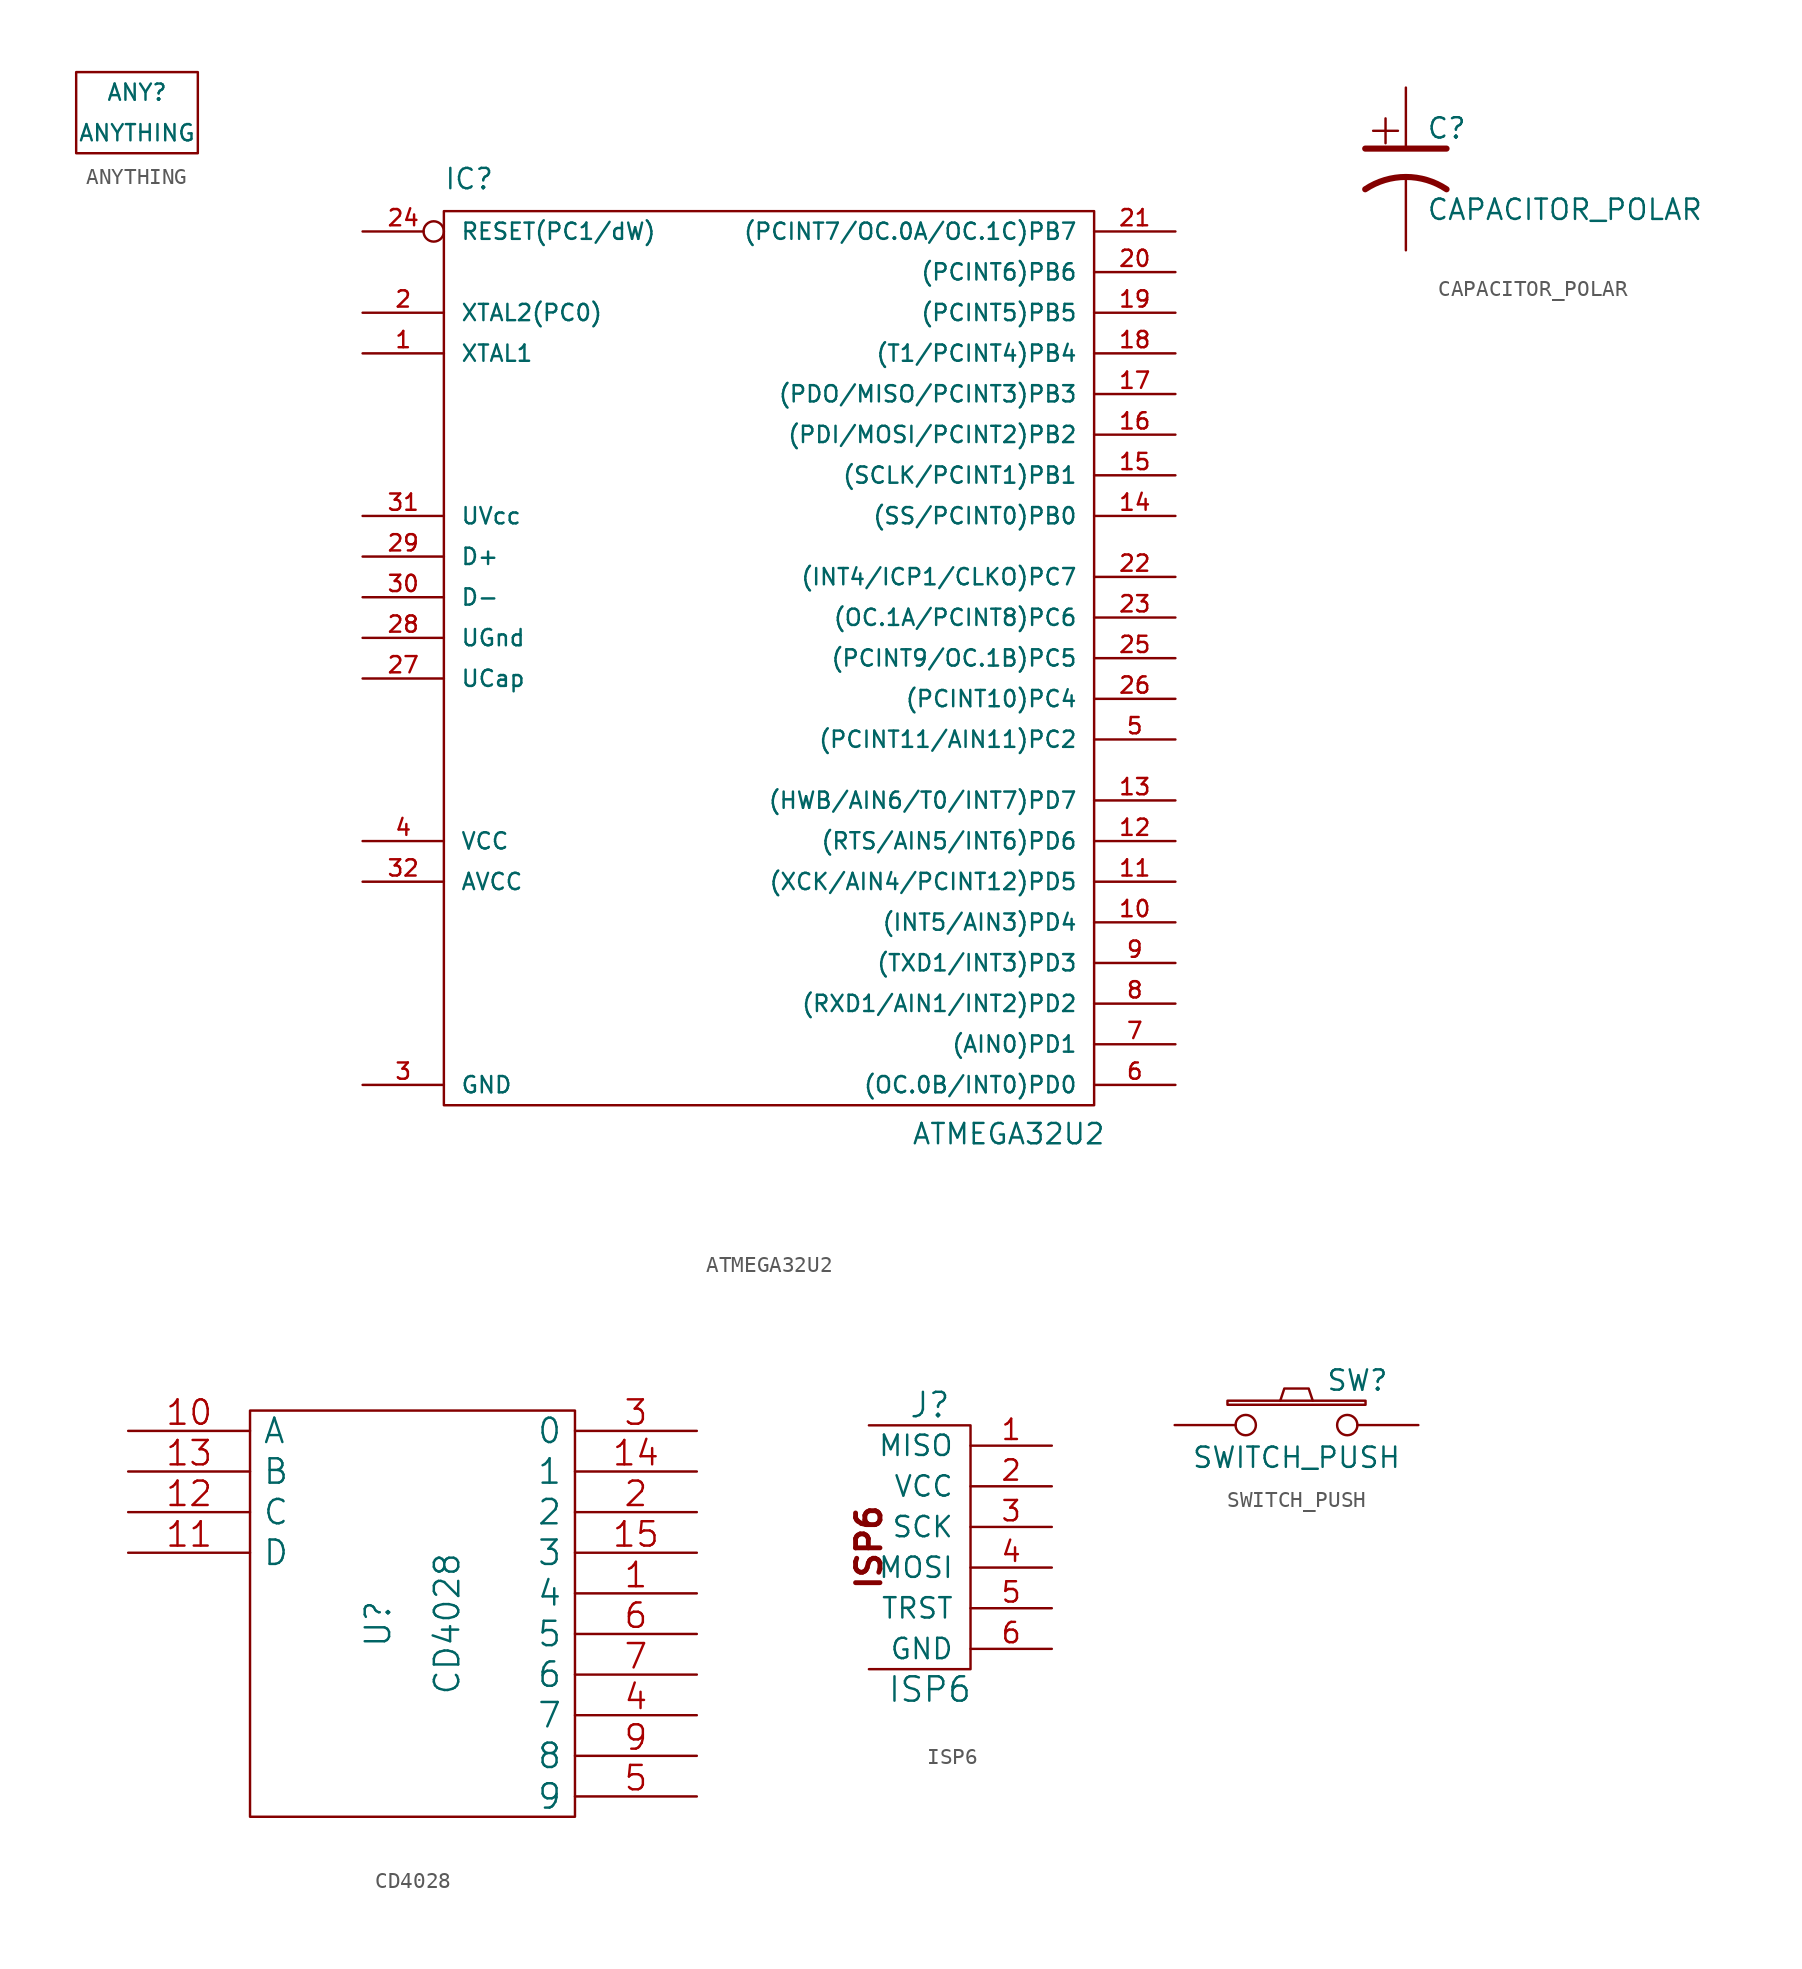
<source format=kicad_sym>
(kicad_symbol_lib
  (version 20211014)
  (generator kicad_symbol_editor)
  (symbol "ANYTHING"
    (pin_numbers hide)
    (pin_names
      (offset 1.016) hide)
    (property "Reference" "ANY"
      (at 0 1.27 0)
      (effects (font (size 1.016 1.016))))
    (property "Value" "ANYTHING"
      (at 0 -1.27 0)
      (effects (font (size 1.016 1.016))))
    (symbol "ANYTHING_0_1"
      (rectangle (start -3.81 2.54) (end 3.81 -2.54) (stroke (width 0) (type default) (color 0 0 0 0)) (fill (type none))))
    (symbol "ANYTHING_1_1"
      (pin power_in line (at 0 0 90) (length 0) hide (name "GND" (effects (font (size 1.27 1.27)))) (number "0" (effects (font (size 1.27 1.27)))))))
  (symbol "ATMEGA32U2"
    (pin_names
      (offset 1.016))
    (property "Reference" "IC"
      (at -20.32 30.48 0)
      (effects (font (size 1.27 1.27)) (justify left bottom)))
    (property "Value" "ATMEGA32U2"
      (at 8.89 -29.21 0)
      (effects (font (size 1.27 1.27)) (justify left bottom)))
    (symbol "ATMEGA32U2_0_1"
      (rectangle (start -20.32 29.21) (end 20.32 -26.67) (stroke (width 0) (type default) (color 0 0 0 0)) (fill (type none))))
    (symbol "ATMEGA32U2_1_1"
      (pin bidirectional line (at -25.4 20.32 0) (length 5.08) (name "XTAL1" (effects (font (size 1.016 1.016)))) (number "1" (effects (font (size 1.016 1.016)))))
      (pin bidirectional line (at 25.4 -15.24 180) (length 5.08) (name "(INT5/AIN3)PD4" (effects (font (size 1.016 1.016)))) (number "10" (effects (font (size 1.016 1.016)))))
      (pin bidirectional line (at 25.4 -12.7 180) (length 5.08) (name "(XCK/AIN4/PCINT12)PD5" (effects (font (size 1.016 1.016)))) (number "11" (effects (font (size 1.016 1.016)))))
      (pin bidirectional line (at 25.4 -10.16 180) (length 5.08) (name "(RTS/AIN5/INT6)PD6" (effects (font (size 1.016 1.016)))) (number "12" (effects (font (size 1.016 1.016)))))
      (pin bidirectional line (at 25.4 -7.62 180) (length 5.08) (name "(HWB/AIN6/T0/INT7)PD7" (effects (font (size 1.016 1.016)))) (number "13" (effects (font (size 1.016 1.016)))))
      (pin bidirectional line (at 25.4 10.16 180) (length 5.08) (name "(SS/PCINT0)PB0" (effects (font (size 1.016 1.016)))) (number "14" (effects (font (size 1.016 1.016)))))
      (pin bidirectional line (at 25.4 12.7 180) (length 5.08) (name "(SCLK/PCINT1)PB1" (effects (font (size 1.016 1.016)))) (number "15" (effects (font (size 1.016 1.016)))))
      (pin bidirectional line (at 25.4 15.24 180) (length 5.08) (name "(PDI/MOSI/PCINT2)PB2" (effects (font (size 1.016 1.016)))) (number "16" (effects (font (size 1.016 1.016)))))
      (pin bidirectional line (at 25.4 17.78 180) (length 5.08) (name "(PDO/MISO/PCINT3)PB3" (effects (font (size 1.016 1.016)))) (number "17" (effects (font (size 1.016 1.016)))))
      (pin bidirectional line (at 25.4 20.32 180) (length 5.08) (name "(T1/PCINT4)PB4" (effects (font (size 1.016 1.016)))) (number "18" (effects (font (size 1.016 1.016)))))
      (pin bidirectional line (at 25.4 22.86 180) (length 5.08) (name "(PCINT5)PB5" (effects (font (size 1.016 1.016)))) (number "19" (effects (font (size 1.016 1.016)))))
      (pin bidirectional line (at -25.4 22.86 0) (length 5.08) (name "XTAL2(PC0)" (effects (font (size 1.016 1.016)))) (number "2" (effects (font (size 1.016 1.016)))))
      (pin bidirectional line (at 25.4 25.4 180) (length 5.08) (name "(PCINT6)PB6" (effects (font (size 1.016 1.016)))) (number "20" (effects (font (size 1.016 1.016)))))
      (pin bidirectional line (at 25.4 27.94 180) (length 5.08) (name "(PCINT7/OC.0A/OC.1C)PB7" (effects (font (size 1.016 1.016)))) (number "21" (effects (font (size 1.016 1.016)))))
      (pin bidirectional line (at 25.4 6.35 180) (length 5.08) (name "(INT4/ICP1/CLKO)PC7" (effects (font (size 1.016 1.016)))) (number "22" (effects (font (size 1.016 1.016)))))
      (pin bidirectional line (at 25.4 3.81 180) (length 5.08) (name "(OC.1A/PCINT8)PC6" (effects (font (size 1.016 1.016)))) (number "23" (effects (font (size 1.016 1.016)))))
      (pin input inverted (at -25.4 27.94 0) (length 5.08) (name "RESET(PC1/dW)" (effects (font (size 1.016 1.016)))) (number "24" (effects (font (size 1.016 1.016)))))
      (pin bidirectional line (at 25.4 1.27 180) (length 5.08) (name "(PCINT9/OC.1B)PC5" (effects (font (size 1.016 1.016)))) (number "25" (effects (font (size 1.016 1.016)))))
      (pin bidirectional line (at 25.4 -1.27 180) (length 5.08) (name "(PCINT10)PC4" (effects (font (size 1.016 1.016)))) (number "26" (effects (font (size 1.016 1.016)))))
      (pin power_in line (at -25.4 0 0) (length 5.08) (name "UCap" (effects (font (size 1.016 1.016)))) (number "27" (effects (font (size 1.016 1.016)))))
      (pin power_in line (at -25.4 2.54 0) (length 5.08) (name "UGnd" (effects (font (size 1.016 1.016)))) (number "28" (effects (font (size 1.016 1.016)))))
      (pin bidirectional line (at -25.4 7.62 0) (length 5.08) (name "D+" (effects (font (size 1.016 1.016)))) (number "29" (effects (font (size 1.016 1.016)))))
      (pin power_in line (at -25.4 -25.4 0) (length 5.08) (name "GND" (effects (font (size 1.016 1.016)))) (number "3" (effects (font (size 1.016 1.016)))))
      (pin bidirectional line (at -25.4 5.08 0) (length 5.08) (name "D-" (effects (font (size 1.016 1.016)))) (number "30" (effects (font (size 1.016 1.016)))))
      (pin power_in line (at -25.4 10.16 0) (length 5.08) (name "UVcc" (effects (font (size 1.016 1.016)))) (number "31" (effects (font (size 1.016 1.016)))))
      (pin power_in line (at -25.4 -12.7 0) (length 5.08) (name "AVCC" (effects (font (size 1.016 1.016)))) (number "32" (effects (font (size 1.016 1.016)))))
      (pin power_in line (at -25.4 -10.16 0) (length 5.08) (name "VCC" (effects (font (size 1.016 1.016)))) (number "4" (effects (font (size 1.016 1.016)))))
      (pin bidirectional line (at 25.4 -3.81 180) (length 5.08) (name "(PCINT11/AIN11)PC2" (effects (font (size 1.016 1.016)))) (number "5" (effects (font (size 1.016 1.016)))))
      (pin bidirectional line (at 25.4 -25.4 180) (length 5.08) (name "(OC.0B/INT0)PD0" (effects (font (size 1.016 1.016)))) (number "6" (effects (font (size 1.016 1.016)))))
      (pin bidirectional line (at 25.4 -22.86 180) (length 5.08) (name "(AIN0)PD1" (effects (font (size 1.016 1.016)))) (number "7" (effects (font (size 1.016 1.016)))))
      (pin bidirectional line (at 25.4 -20.32 180) (length 5.08) (name "(RXD1/AIN1/INT2)PD2" (effects (font (size 1.016 1.016)))) (number "8" (effects (font (size 1.016 1.016)))))
      (pin bidirectional line (at 25.4 -17.78 180) (length 5.08) (name "(TXD1/INT3)PD3" (effects (font (size 1.016 1.016)))) (number "9" (effects (font (size 1.016 1.016)))))))
  (symbol "CAPACITOR_POLAR"
    (pin_numbers hide)
    (pin_names
      (offset 0.254) hide)
    (property "Reference" "C"
      (at 1.27 2.54 0)
      (effects (font (size 1.27 1.27)) (justify left)))
    (property "Value" "CAPACITOR_POLAR"
      (at 1.27 -2.54 0)
      (effects (font (size 1.27 1.27)) (justify left)))
    (symbol "CAPACITOR_POLAR_0_0"
      (text "+" (at -1.27 2.54 0) (effects (font (size 2.032 2.032)))))
    (symbol "CAPACITOR_POLAR_0_1"
      (polyline (pts (xy -2.54 1.27) (xy 2.54 1.27) (xy 1.27 1.27) (xy 1.27 1.27)) (stroke (width 0.381) (type default) (color 0 0 0 0)) (fill (type none)))
      (arc (start 2.54 -1.27) (mid 0 -0.5009) (end -2.54 -1.27) (stroke (width 0.381) (type default) (color 0 0 0 0)) (fill (type none))))
    (symbol "CAPACITOR_POLAR_1_1"
      (pin passive line (at 0 5.08 270) (length 3.81) (name "~" (effects (font (size 1.016 1.016)))) (number "1" (effects (font (size 1.016 1.016)))))
      (pin passive line (at 0 -5.08 90) (length 4.572) (name "~" (effects (font (size 1.016 1.016)))) (number "2" (effects (font (size 1.016 1.016)))))))
  (symbol "CD4028"
    (pin_names
      (offset 0.762))
    (property "Reference" "U"
      (at -1.27 -0.635 90)
      (effects (font (size 1.524 1.524)) (justify bottom)))
    (property "Value" "CD4028"
      (at 1.27 -0.635 90)
      (effects (font (size 1.524 1.524)) (justify top)))
    (symbol "CD4028_0_1"
      (rectangle (start -10.16 12.7) (end 10.16 -12.7) (stroke (width 0) (type default) (color 0 0 0 0)) (fill (type none))))
    (symbol "CD4028_1_1"
      (pin output line (at 17.78 1.27 180) (length 7.62) (name "4" (effects (font (size 1.524 1.524)))) (number "1" (effects (font (size 1.524 1.524)))))
      (pin input line (at -17.78 11.43 0) (length 7.62) (name "A" (effects (font (size 1.524 1.524)))) (number "10" (effects (font (size 1.524 1.524)))))
      (pin input line (at -17.78 3.81 0) (length 7.62) (name "D" (effects (font (size 1.524 1.524)))) (number "11" (effects (font (size 1.524 1.524)))))
      (pin input line (at -17.78 6.35 0) (length 7.62) (name "C" (effects (font (size 1.524 1.524)))) (number "12" (effects (font (size 1.524 1.524)))))
      (pin input line (at -17.78 8.89 0) (length 7.62) (name "B" (effects (font (size 1.524 1.524)))) (number "13" (effects (font (size 1.524 1.524)))))
      (pin output line (at 17.78 8.89 180) (length 7.62) (name "1" (effects (font (size 1.524 1.524)))) (number "14" (effects (font (size 1.524 1.524)))))
      (pin output line (at 17.78 3.81 180) (length 7.62) (name "3" (effects (font (size 1.524 1.524)))) (number "15" (effects (font (size 1.524 1.524)))))
      (pin power_in line (at 0 12.7 270) (length 0) hide (name "VCC" (effects (font (size 1.524 1.524)))) (number "16" (effects (font (size 1.524 1.524)))))
      (pin output line (at 17.78 6.35 180) (length 7.62) (name "2" (effects (font (size 1.524 1.524)))) (number "2" (effects (font (size 1.524 1.524)))))
      (pin output line (at 17.78 11.43 180) (length 7.62) (name "0" (effects (font (size 1.524 1.524)))) (number "3" (effects (font (size 1.524 1.524)))))
      (pin output line (at 17.78 -6.35 180) (length 7.62) (name "7" (effects (font (size 1.524 1.524)))) (number "4" (effects (font (size 1.524 1.524)))))
      (pin output line (at 17.78 -11.43 180) (length 7.62) (name "9" (effects (font (size 1.524 1.524)))) (number "5" (effects (font (size 1.524 1.524)))))
      (pin output line (at 17.78 -1.27 180) (length 7.62) (name "5" (effects (font (size 1.524 1.524)))) (number "6" (effects (font (size 1.524 1.524)))))
      (pin output line (at 17.78 -3.81 180) (length 7.62) (name "6" (effects (font (size 1.524 1.524)))) (number "7" (effects (font (size 1.524 1.524)))))
      (pin power_in line (at 0 -12.7 90) (length 0) hide (name "GND" (effects (font (size 1.524 1.524)))) (number "8" (effects (font (size 1.524 1.524)))))
      (pin output line (at 17.78 -8.89 180) (length 7.62) (name "8" (effects (font (size 1.524 1.524)))) (number "9" (effects (font (size 1.524 1.524)))))))
  (symbol "ISP6"
    (pin_names
      (offset 1.016))
    (property "Reference" "J"
      (at -2.54 8.89 0)
      (effects (font (size 1.524 1.524))))
    (property "Value" "ISP6"
      (at -2.54 -8.89 0)
      (effects (font (size 1.524 1.524))))
    (symbol "ISP6_0_0"
      (polyline (pts (xy -6.35 -7.62) (xy 0 -7.62) (xy 0 7.62) (xy -6.35 7.62)) (stroke (width 0) (type default) (color 0 0 0 0)) (fill (type none)))
      (text "ISP6" (at -6.35 0 900) (effects (font (size 1.524 1.524) bold))))
    (symbol "ISP6_1_1"
      (pin output line (at 5.08 6.35 180) (length 5.08) (name "MISO" (effects (font (size 1.27 1.27)))) (number "1" (effects (font (size 1.27 1.27)))))
      (pin power_in line (at 5.08 3.81 180) (length 5.08) (name "VCC" (effects (font (size 1.27 1.27)))) (number "2" (effects (font (size 1.27 1.27)))))
      (pin output line (at 5.08 1.27 180) (length 5.08) (name "SCK" (effects (font (size 1.27 1.27)))) (number "3" (effects (font (size 1.27 1.27)))))
      (pin input line (at 5.08 -1.27 180) (length 5.08) (name "MOSI" (effects (font (size 1.27 1.27)))) (number "4" (effects (font (size 1.27 1.27)))))
      (pin input line (at 5.08 -3.81 180) (length 5.08) (name "TRST" (effects (font (size 1.27 1.27)))) (number "5" (effects (font (size 1.27 1.27)))))
      (pin power_in line (at 5.08 -6.35 180) (length 5.08) (name "GND" (effects (font (size 1.27 1.27)))) (number "6" (effects (font (size 1.27 1.27)))))))
  (symbol "SWITCH_PUSH"
    (pin_numbers hide)
    (pin_names
      (offset 1.016) hide)
    (property "Reference" "SW"
      (at 3.81 2.794 0)
      (effects (font (size 1.27 1.27))))
    (property "Value" "SWITCH_PUSH"
      (at 0 -2.032 0)
      (effects (font (size 1.27 1.27))))
    (symbol "SWITCH_PUSH_0_1"
      (rectangle (start -4.318 1.27) (end 4.318 1.524) (stroke (width 0) (type default) (color 0 0 0 0)) (fill (type none)))
      (polyline (pts (xy -1.016 1.524) (xy -0.762 2.286) (xy 0.762 2.286) (xy 1.016 1.524)) (stroke (width 0) (type default) (color 0 0 0 0)) (fill (type none)))
      (pin passive inverted (at -7.62 0 0) (length 5.08) (name "1" (effects (font (size 1.524 1.524)))) (number "1" (effects (font (size 1.524 1.524)))))
      (pin passive inverted (at 7.62 0 180) (length 5.08) (name "2" (effects (font (size 1.524 1.524)))) (number "2" (effects (font (size 1.524 1.524))))))
    (symbol "SWITCH_PUSH_1_1"
      (pin power_in line (at 0 0 90) (length 0) hide (name "GND" (effects (font (size 1.27 1.27)))) (number "0" (effects (font (size 1.27 1.27))))))))
</source>
